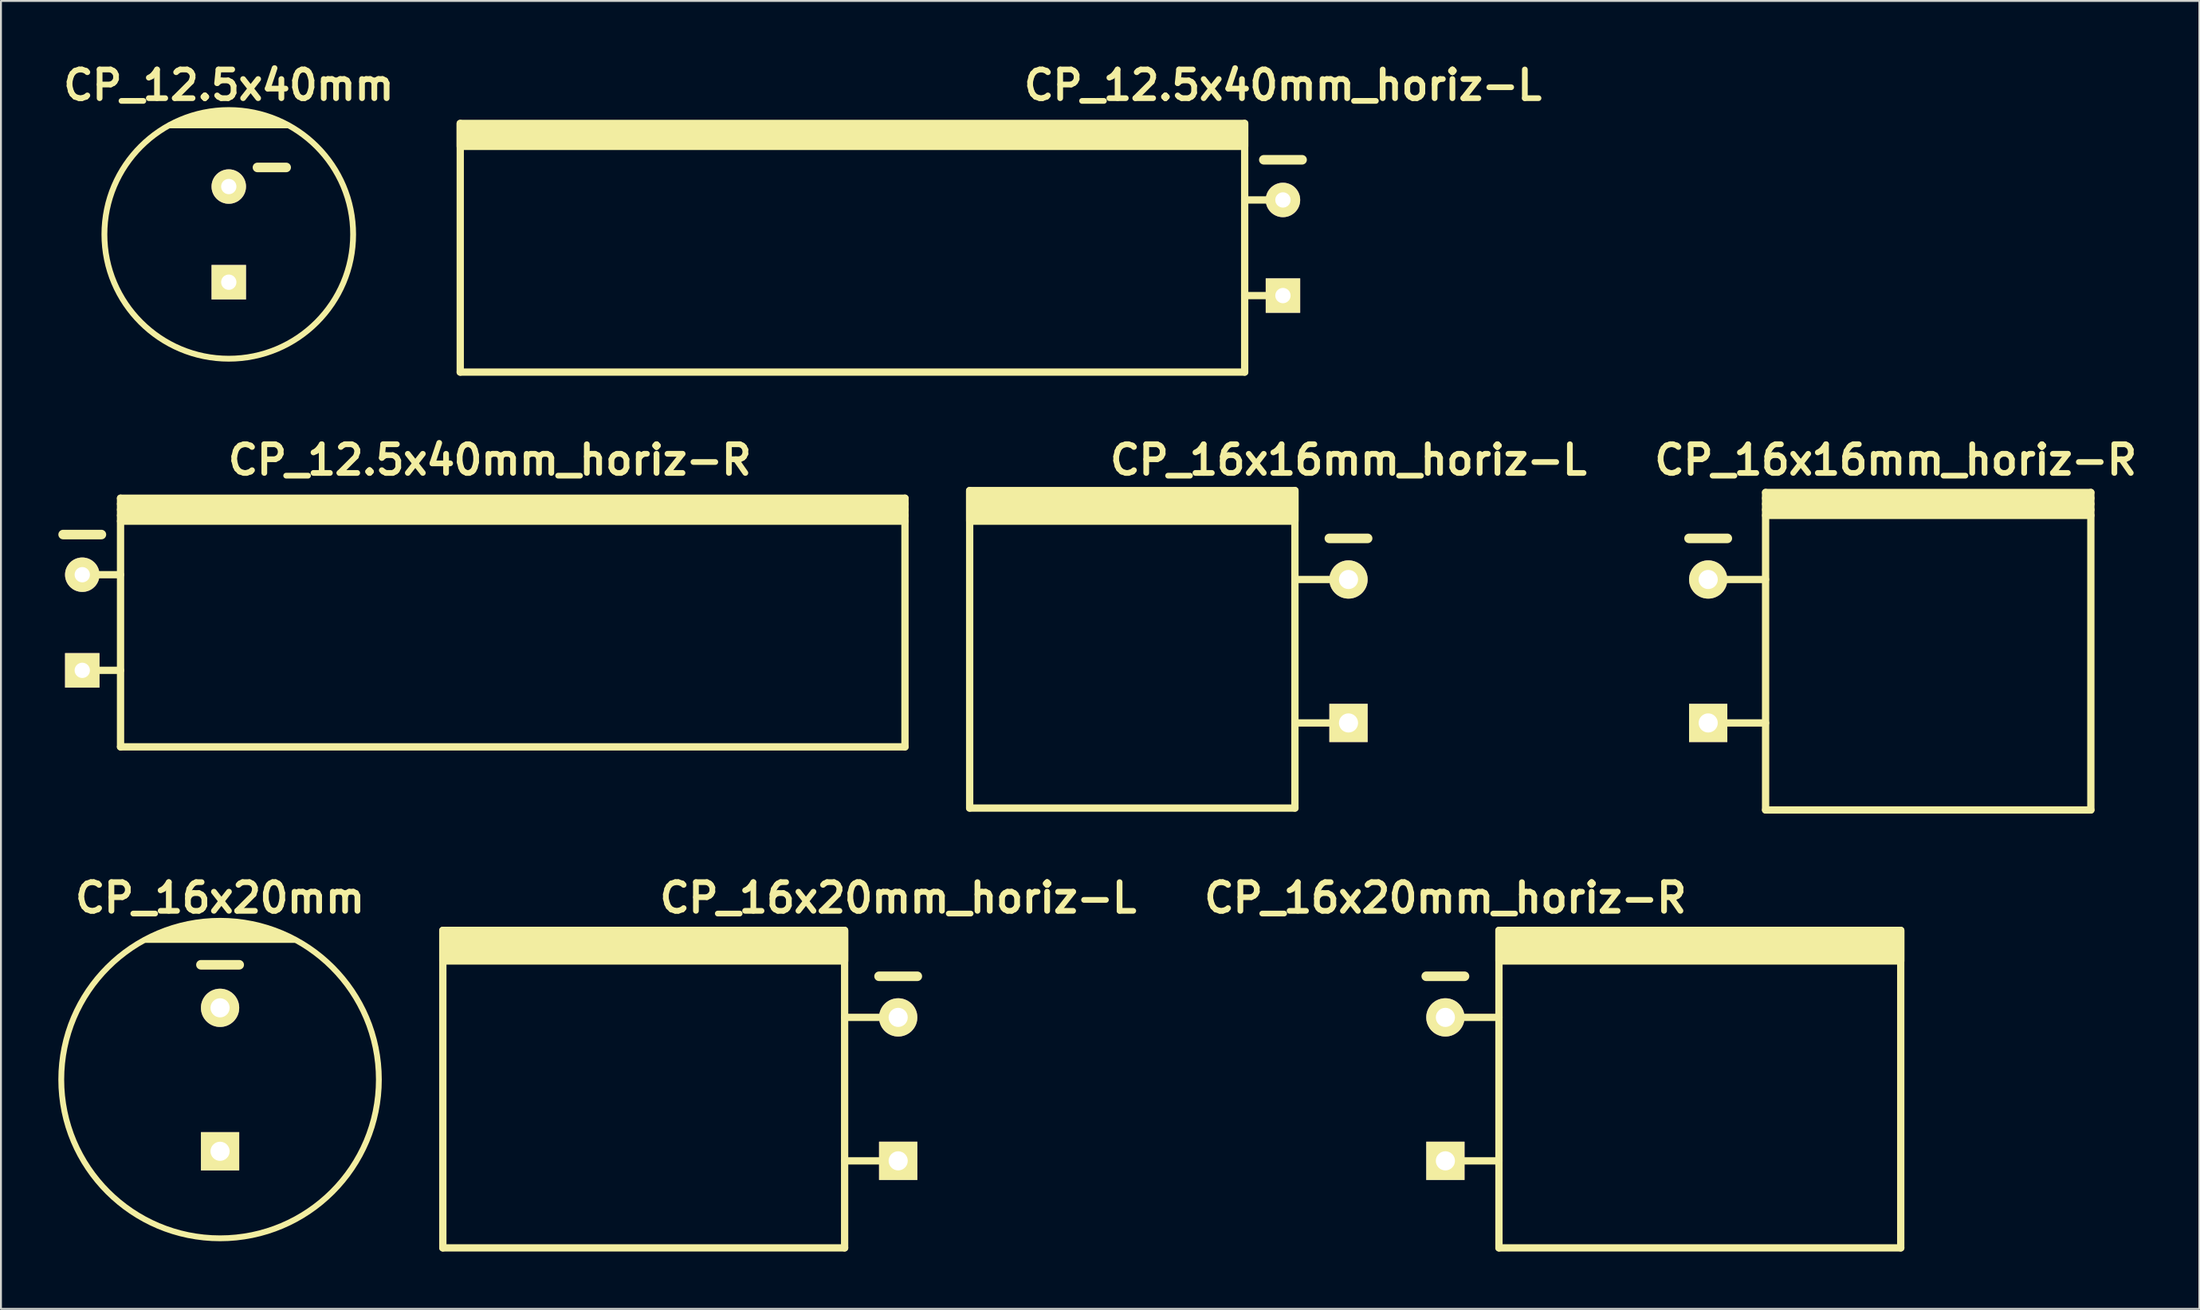
<source format=kicad_pcb>
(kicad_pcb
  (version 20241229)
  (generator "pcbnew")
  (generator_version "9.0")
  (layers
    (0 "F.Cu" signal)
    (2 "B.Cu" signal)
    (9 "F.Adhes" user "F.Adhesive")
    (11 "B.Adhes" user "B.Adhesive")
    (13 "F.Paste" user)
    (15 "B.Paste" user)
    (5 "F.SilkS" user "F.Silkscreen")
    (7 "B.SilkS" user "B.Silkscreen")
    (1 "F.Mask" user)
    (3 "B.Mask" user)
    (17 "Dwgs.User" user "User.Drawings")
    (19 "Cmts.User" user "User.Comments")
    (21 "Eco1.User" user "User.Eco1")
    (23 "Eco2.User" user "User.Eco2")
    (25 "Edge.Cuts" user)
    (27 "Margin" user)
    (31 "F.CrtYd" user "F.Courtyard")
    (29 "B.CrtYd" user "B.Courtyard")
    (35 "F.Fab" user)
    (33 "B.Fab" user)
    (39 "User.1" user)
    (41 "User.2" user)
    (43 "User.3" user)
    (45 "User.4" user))
  (footprint "CP_12.5x40mm_horiz-L"
    (layer "F.Cu")
    (at 64.005 9.904)
    (property "Reference" "CP_12.5x40mm_horiz-L" (at 0 -8.5 0) (layer "F.SilkS") (effects (font (size 1.5 1.5) (thickness 0.3))))
    (attr through_hole)
    (fp_line (start -43 6.5) (end -43 -6.5) (stroke (width 0.381) (type solid)) (layer "F.SilkS"))
    (fp_line (start -2 -6.5) (end -2 6.5) (stroke (width 0.381) (type solid)) (layer "F.SilkS"))
    (fp_line (start -2 -2.5) (end 0 -2.5) (stroke (width 0.381) (type solid)) (layer "F.SilkS"))
    (fp_line (start -2 2.5) (end 0 2.5) (stroke (width 0.381) (type solid)) (layer "F.SilkS"))
    (fp_line (start -2 6.5) (end -43 6.5) (stroke (width 0.381) (type solid)) (layer "F.SilkS"))
    (fp_line (start -1 -4.6) (end 1 -4.6) (stroke (width 0.5) (type solid)) (layer "F.SilkS"))
    (fp_poly (pts (xy -2 -5.3) (xy -43 -5.3) (xy -43 -6.5) (xy -2 -6.5)) (stroke (width 0.381) (type solid)) (fill yes) (layer "F.SilkS"))
    (pad "1" thru_hole rect (at 0 2.5) (size 1.8 1.8) (drill 0.8) (layers "*.Cu" "*.Mask" "F.SilkS"))
    (pad "2" thru_hole circle (at 0 -2.5) (size 1.8 1.8) (drill 0.8) (layers "*.Cu" "*.Mask" "F.SilkS")))
  (footprint "CP_16x20mm_horiz-L"
    (layer "F.Cu")
    (at 43.895 53.893)
    (property "Reference" "CP_16x20mm_horiz-L" (at 0 -10 0) (layer "F.SilkS") (effects (font (size 1.5 1.5) (thickness 0.3))))
    (attr through_hole)
    (fp_line (start -23.8 8.3) (end -23.8 -8.3) (stroke (width 0.381) (type solid)) (layer "F.SilkS"))
    (fp_line (start -2.8 -8.3) (end -2.8 8.3) (stroke (width 0.381) (type solid)) (layer "F.SilkS"))
    (fp_line (start -2.8 -3.75) (end 0 -3.75) (stroke (width 0.381) (type solid)) (layer "F.SilkS"))
    (fp_line (start -2.8 3.75) (end 0 3.75) (stroke (width 0.381) (type solid)) (layer "F.SilkS"))
    (fp_line (start -2.8 8.3) (end -23.8 8.3) (stroke (width 0.381) (type solid)) (layer "F.SilkS"))
    (fp_line (start -1 -5.9) (end 1 -5.9) (stroke (width 0.5) (type solid)) (layer "F.SilkS"))
    (fp_poly (pts (xy -2.8 -6.7) (xy -23.8 -6.7) (xy -23.8 -8.3) (xy -2.8 -8.3)) (stroke (width 0.381) (type solid)) (fill yes) (layer "F.SilkS"))
    (pad "1" thru_hole rect (at 0 3.75) (size 2 2) (drill 1) (layers "*.Cu" "*.Mask" "F.SilkS"))
    (pad "2" thru_hole circle (at 0 -3.75) (size 2 2) (drill 1) (layers "*.Cu" "*.Mask" "F.SilkS")))
  (footprint "CP_16x20mm"
    (layer "F.Cu")
    (at 8.452 53.393)
    (property "Reference" "CP_16x20mm" (at 0 -9.5 0) (layer "F.SilkS") (effects (font (size 1.5 1.5) (thickness 0.3))))
    (attr through_hole)
    (fp_line (start -3.4 -7.5) (end 3.4 -7.5) (stroke (width 0.305) (type solid)) (layer "F.SilkS"))
    (fp_line (start -2.4 -7.9) (end 2.4 -7.9) (stroke (width 0.305) (type solid)) (layer "F.SilkS"))
    (fp_line (start -1.7 -8.1) (end 1.7 -8.1) (stroke (width 0.305) (type solid)) (layer "F.SilkS"))
    (fp_line (start -1 -6) (end 1 -6) (stroke (width 0.5) (type solid)) (layer "F.SilkS"))
    (fp_line (start 3 -7.7) (end -2.9 -7.7) (stroke (width 0.305) (type solid)) (layer "F.SilkS"))
    (fp_line (start 3.9 -7.3) (end -3.9 -7.3) (stroke (width 0.305) (type solid)) (layer "F.SilkS"))
    (fp_circle (center 0 0) (end -8.3 0) (stroke (width 0.305) (type solid)) (fill no) (layer "F.SilkS"))
    (pad "1" thru_hole rect (at 0 3.75) (size 2 2) (drill 1) (layers "*.Cu" "*.Mask" "F.SilkS"))
    (pad "2" thru_hole circle (at 0 -3.75) (size 2 2) (drill 1) (layers "*.Cu" "*.Mask" "F.SilkS")))
  (footprint "CP_12.5x40mm_horiz-R"
    (layer "F.Cu")
    (at 22.55 29.498)
    (property "Reference" "CP_12.5x40mm_horiz-R" (at 0 -8.5 0) (layer "F.SilkS") (effects (font (size 1.5 1.5) (thickness 0.3))))
    (attr through_hole)
    (fp_line (start -22.3 -4.6) (end -20.3 -4.6) (stroke (width 0.5) (type solid)) (layer "F.SilkS"))
    (fp_line (start -21.3 -2.5) (end -19.3 -2.5) (stroke (width 0.381) (type solid)) (layer "F.SilkS"))
    (fp_line (start -21.3 2.5) (end -19.3 2.5) (stroke (width 0.381) (type solid)) (layer "F.SilkS"))
    (fp_line (start -19.3 -6.2) (end 21.7 -6.2) (stroke (width 0.381) (type solid)) (layer "F.SilkS"))
    (fp_line (start -19.3 -5.9) (end 21.7 -5.9) (stroke (width 0.381) (type solid)) (layer "F.SilkS"))
    (fp_line (start -19.3 -5.6) (end 21.7 -5.6) (stroke (width 0.381) (type solid)) (layer "F.SilkS"))
    (fp_line (start -19.3 -5.3) (end 21.7 -5.3) (stroke (width 0.381) (type solid)) (layer "F.SilkS"))
    (fp_line (start -19.3 6.5) (end -19.3 -6.5) (stroke (width 0.381) (type solid)) (layer "F.SilkS"))
    (fp_line (start 21.7 -6.5) (end -19.3 -6.5) (stroke (width 0.381) (type solid)) (layer "F.SilkS"))
    (fp_line (start 21.7 -6.5) (end 21.7 6.5) (stroke (width 0.381) (type solid)) (layer "F.SilkS"))
    (fp_line (start 21.7 6.5) (end -19.3 6.5) (stroke (width 0.381) (type solid)) (layer "F.SilkS"))
    (pad "1" thru_hole rect (at -21.3 2.5) (size 1.8 1.8) (drill 0.8) (layers "*.Cu" "*.Mask" "F.SilkS"))
    (pad "2" thru_hole circle (at -21.3 -2.5) (size 1.8 1.8) (drill 0.8) (layers "*.Cu" "*.Mask" "F.SilkS")))
  (footprint "CP_16x20mm_horiz-R"
    (layer "F.Cu")
    (at 72.495 53.893)
    (property "Reference" "CP_16x20mm_horiz-R" (at 0 -10 0) (layer "F.SilkS") (effects (font (size 1.5 1.5) (thickness 0.3))))
    (attr through_hole)
    (fp_line (start -1 -5.9) (end 1 -5.9) (stroke (width 0.5) (type solid)) (layer "F.SilkS"))
    (fp_line (start 0 -3.75) (end 2.8 -3.75) (stroke (width 0.381) (type solid)) (layer "F.SilkS"))
    (fp_line (start 0 3.75) (end 2.8 3.75) (stroke (width 0.381) (type solid)) (layer "F.SilkS"))
    (fp_line (start 2.8 8.3) (end 2.8 -8.3) (stroke (width 0.381) (type solid)) (layer "F.SilkS"))
    (fp_line (start 23.8 -8.3) (end 23.8 8.3) (stroke (width 0.381) (type solid)) (layer "F.SilkS"))
    (fp_line (start 23.8 8.3) (end 2.8 8.3) (stroke (width 0.381) (type solid)) (layer "F.SilkS"))
    (fp_poly (pts (xy 23.8 -6.7) (xy 2.8 -6.7) (xy 2.8 -8.3) (xy 23.8 -8.3)) (stroke (width 0.381) (type solid)) (fill yes) (layer "F.SilkS"))
    (pad "1" thru_hole rect (at 0 3.75) (size 2 2) (drill 1) (layers "*.Cu" "*.Mask" "F.SilkS"))
    (pad "2" thru_hole circle (at 0 -3.75) (size 2 2) (drill 1) (layers "*.Cu" "*.Mask" "F.SilkS")))
  (footprint "CP_12.5x40mm"
    (layer "F.Cu")
    (at 8.907 9.204)
    (property "Reference" "CP_12.5x40mm" (at 0 -7.8 0) (layer "F.SilkS") (effects (font (size 1.5 1.5) (thickness 0.3))))
    (attr through_hole)
    (fp_line (start -3.1 -5.7) (end 3.1 -5.7) (stroke (width 0.305) (type solid)) (layer "F.SilkS"))
    (fp_line (start -1.4 -6.3) (end 1.4 -6.3) (stroke (width 0.305) (type solid)) (layer "F.SilkS"))
    (fp_line (start 1.5 -3.5) (end 3 -3.5) (stroke (width 0.5) (type solid)) (layer "F.SilkS"))
    (fp_line (start 2 -6.1) (end -2 -6.1) (stroke (width 0.305) (type solid)) (layer "F.SilkS"))
    (fp_line (start 2.4 -5.9) (end -2.4 -5.9) (stroke (width 0.305) (type solid)) (layer "F.SilkS"))
    (fp_circle (center 0 0) (end -6.5 0) (stroke (width 0.305) (type solid)) (fill no) (layer "F.SilkS"))
    (pad "1" thru_hole rect (at 0 2.5) (size 1.8 1.8) (drill 0.8) (layers "*.Cu" "*.Mask" "F.SilkS"))
    (pad "2" thru_hole circle (at 0 -2.5) (size 1.8 1.8) (drill 0.8) (layers "*.Cu" "*.Mask" "F.SilkS")))
  (footprint "CP_16x16mm_horiz-L"
    (layer "F.Cu")
    (at 67.431 30.998)
    (property "Reference" "CP_16x16mm_horiz-L" (at 0 -10 0) (layer "F.SilkS") (effects (font (size 1.5 1.5) (thickness 0.3))))
    (attr through_hole)
    (fp_line (start -19.8 8.2) (end -19.8 -8.4) (stroke (width 0.381) (type solid)) (layer "F.SilkS"))
    (fp_line (start -2.8 -8.4) (end -2.8 8.2) (stroke (width 0.381) (type solid)) (layer "F.SilkS"))
    (fp_line (start -2.8 -3.75) (end 0 -3.75) (stroke (width 0.381) (type solid)) (layer "F.SilkS"))
    (fp_line (start -2.8 3.75) (end 0 3.75) (stroke (width 0.381) (type solid)) (layer "F.SilkS"))
    (fp_line (start -2.8 8.2) (end -19.8 8.2) (stroke (width 0.381) (type solid)) (layer "F.SilkS"))
    (fp_line (start -1 -5.9) (end 1 -5.9) (stroke (width 0.5) (type solid)) (layer "F.SilkS"))
    (fp_poly (pts (xy -2.8 -6.8) (xy -19.8 -6.8) (xy -19.8 -8.4) (xy -2.8 -8.4)) (stroke (width 0.381) (type solid)) (fill yes) (layer "F.SilkS"))
    (pad "1" thru_hole rect (at 0 3.75) (size 2 2) (drill 1) (layers "*.Cu" "*.Mask" "F.SilkS"))
    (pad "2" thru_hole circle (at 0 -3.75) (size 2 2) (drill 1) (layers "*.Cu" "*.Mask" "F.SilkS")))
  (footprint "CP_16x16mm_horiz-R"
    (layer "F.Cu")
    (at 96.031 30.998)
    (property "Reference" "CP_16x16mm_horiz-R" (at 0 -10 0) (layer "F.SilkS") (effects (font (size 1.5 1.5) (thickness 0.3))))
    (attr through_hole)
    (fp_line (start -10.8 -5.9) (end -8.8 -5.9) (stroke (width 0.5) (type solid)) (layer "F.SilkS"))
    (fp_line (start -9.8 -3.75) (end -6.8 -3.75) (stroke (width 0.381) (type solid)) (layer "F.SilkS"))
    (fp_line (start -9.8 3.75) (end -6.8 3.75) (stroke (width 0.381) (type solid)) (layer "F.SilkS"))
    (fp_line (start -6.8 -8) (end 10.2 -8) (stroke (width 0.381) (type solid)) (layer "F.SilkS"))
    (fp_line (start -6.8 -7.7) (end 10.2 -7.7) (stroke (width 0.381) (type solid)) (layer "F.SilkS"))
    (fp_line (start -6.8 -7.4) (end 10.2 -7.4) (stroke (width 0.381) (type solid)) (layer "F.SilkS"))
    (fp_line (start -6.8 -7.1) (end 10.2 -7.1) (stroke (width 0.381) (type solid)) (layer "F.SilkS"))
    (fp_line (start -6.8 8.3) (end -6.8 -8.3) (stroke (width 0.381) (type solid)) (layer "F.SilkS"))
    (fp_line (start 10.2 -8.3) (end -6.8 -8.3) (stroke (width 0.381) (type solid)) (layer "F.SilkS"))
    (fp_line (start 10.2 -8.3) (end 10.2 8.3) (stroke (width 0.381) (type solid)) (layer "F.SilkS"))
    (fp_line (start 10.2 8.3) (end -6.8 8.3) (stroke (width 0.381) (type solid)) (layer "F.SilkS"))
    (pad "1" thru_hole rect (at -9.8 3.75) (size 2 2) (drill 1) (layers "*.Cu" "*.Mask" "F.SilkS"))
    (pad "2" thru_hole circle (at -9.8 -3.75) (size 2 2) (drill 1) (layers "*.Cu" "*.Mask" "F.SilkS")))
  (gr_rect
    (start -3 -3)
    (end 111.902 65.383)
    (stroke (width 0.1) (type default))
    (fill no)
    (layer "Edge.Cuts")))
</source>
